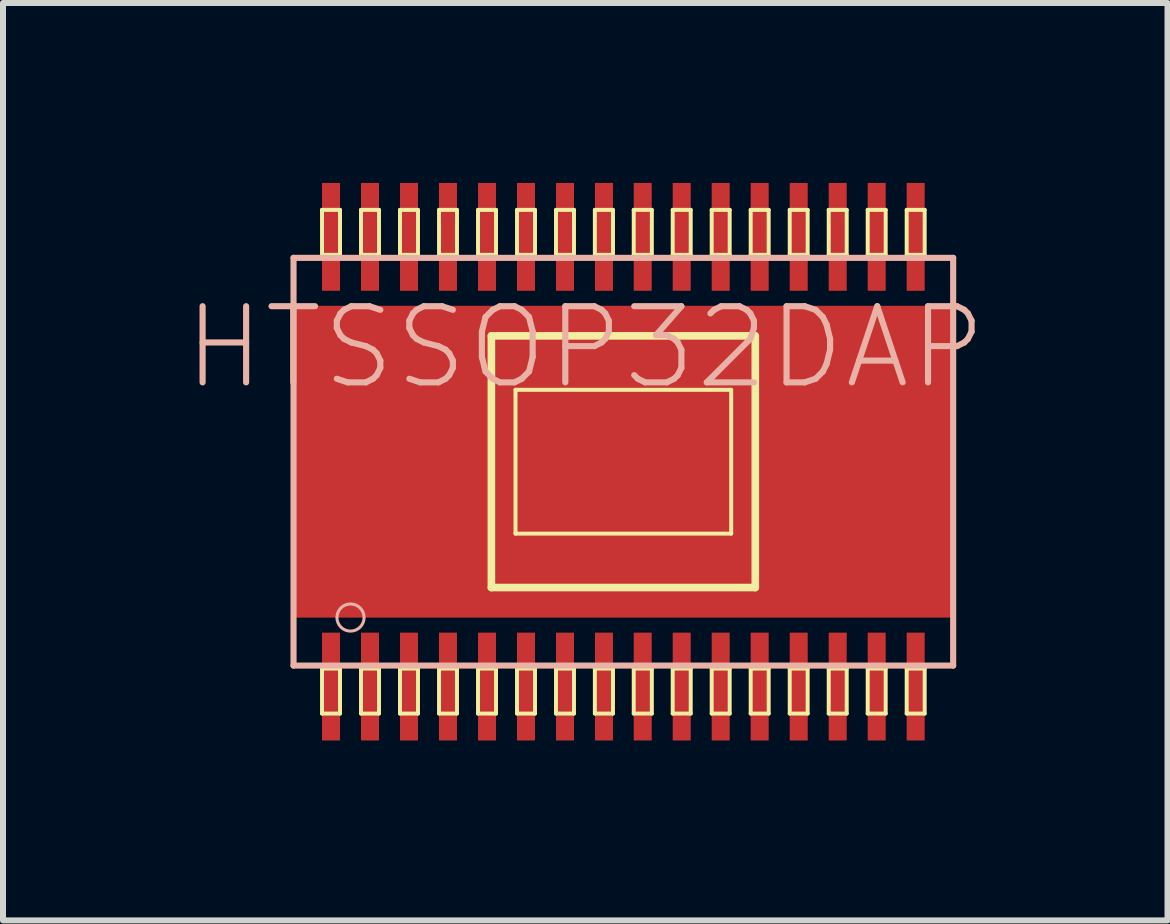
<source format=kicad_pcb>
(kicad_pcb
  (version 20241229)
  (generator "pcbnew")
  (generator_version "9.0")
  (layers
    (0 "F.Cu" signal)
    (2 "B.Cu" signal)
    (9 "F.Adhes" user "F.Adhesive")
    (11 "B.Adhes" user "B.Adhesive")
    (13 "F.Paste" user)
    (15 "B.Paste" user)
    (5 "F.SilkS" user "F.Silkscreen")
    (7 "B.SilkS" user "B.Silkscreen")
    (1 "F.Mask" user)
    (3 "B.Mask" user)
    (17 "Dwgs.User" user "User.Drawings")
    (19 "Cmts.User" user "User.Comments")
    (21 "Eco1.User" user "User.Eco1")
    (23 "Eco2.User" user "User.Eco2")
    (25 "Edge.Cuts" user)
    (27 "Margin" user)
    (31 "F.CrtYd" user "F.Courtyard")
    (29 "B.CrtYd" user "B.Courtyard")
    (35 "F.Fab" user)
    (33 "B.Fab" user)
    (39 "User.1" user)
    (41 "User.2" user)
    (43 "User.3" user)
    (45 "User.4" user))
  (footprint "HTSSOP32DAP"
    (layer "F.Cu")
    (at 7.343 4.648)
    (property "Reference" "HTSSOP32DAP" (at -0.635 -1.905 0) (layer "B.SilkS") (effects (font (size 1.27 1.27) (thickness 0.102))))
    (attr smd)
    (fp_line (start -5.024 -4.199) (end -4.724 -4.199) (stroke (width 0.066) (type solid)) (layer "F.SilkS"))
    (fp_line (start -5.024 -3.449) (end -5.024 -4.199) (stroke (width 0.066) (type solid)) (layer "F.SilkS"))
    (fp_line (start -5.024 -3.449) (end -4.724 -3.449) (stroke (width 0.066) (type solid)) (layer "F.SilkS"))
    (fp_line (start -5.024 3.449) (end -4.724 3.449) (stroke (width 0.066) (type solid)) (layer "F.SilkS"))
    (fp_line (start -5.024 4.199) (end -5.024 3.449) (stroke (width 0.066) (type solid)) (layer "F.SilkS"))
    (fp_line (start -5.024 4.199) (end -4.724 4.199) (stroke (width 0.066) (type solid)) (layer "F.SilkS"))
    (fp_line (start -4.724 -3.449) (end -4.724 -4.199) (stroke (width 0.066) (type solid)) (layer "F.SilkS"))
    (fp_line (start -4.724 4.199) (end -4.724 3.449) (stroke (width 0.066) (type solid)) (layer "F.SilkS"))
    (fp_line (start -4.374 -4.199) (end -4.074 -4.199) (stroke (width 0.066) (type solid)) (layer "F.SilkS"))
    (fp_line (start -4.374 -3.449) (end -4.374 -4.199) (stroke (width 0.066) (type solid)) (layer "F.SilkS"))
    (fp_line (start -4.374 -3.449) (end -4.074 -3.449) (stroke (width 0.066) (type solid)) (layer "F.SilkS"))
    (fp_line (start -4.374 3.449) (end -4.074 3.449) (stroke (width 0.066) (type solid)) (layer "F.SilkS"))
    (fp_line (start -4.374 4.199) (end -4.374 3.449) (stroke (width 0.066) (type solid)) (layer "F.SilkS"))
    (fp_line (start -4.374 4.199) (end -4.074 4.199) (stroke (width 0.066) (type solid)) (layer "F.SilkS"))
    (fp_line (start -4.074 -3.449) (end -4.074 -4.199) (stroke (width 0.066) (type solid)) (layer "F.SilkS"))
    (fp_line (start -4.074 4.199) (end -4.074 3.449) (stroke (width 0.066) (type solid)) (layer "F.SilkS"))
    (fp_line (start -3.724 -4.199) (end -3.424 -4.199) (stroke (width 0.066) (type solid)) (layer "F.SilkS"))
    (fp_line (start -3.724 -3.449) (end -3.724 -4.199) (stroke (width 0.066) (type solid)) (layer "F.SilkS"))
    (fp_line (start -3.724 -3.449) (end -3.424 -3.449) (stroke (width 0.066) (type solid)) (layer "F.SilkS"))
    (fp_line (start -3.724 3.449) (end -3.424 3.449) (stroke (width 0.066) (type solid)) (layer "F.SilkS"))
    (fp_line (start -3.724 4.199) (end -3.724 3.449) (stroke (width 0.066) (type solid)) (layer "F.SilkS"))
    (fp_line (start -3.724 4.199) (end -3.424 4.199) (stroke (width 0.066) (type solid)) (layer "F.SilkS"))
    (fp_line (start -3.424 -3.449) (end -3.424 -4.199) (stroke (width 0.066) (type solid)) (layer "F.SilkS"))
    (fp_line (start -3.424 4.199) (end -3.424 3.449) (stroke (width 0.066) (type solid)) (layer "F.SilkS"))
    (fp_line (start -3.073 -4.199) (end -2.774 -4.199) (stroke (width 0.066) (type solid)) (layer "F.SilkS"))
    (fp_line (start -3.073 -3.449) (end -3.073 -4.199) (stroke (width 0.066) (type solid)) (layer "F.SilkS"))
    (fp_line (start -3.073 -3.449) (end -2.774 -3.449) (stroke (width 0.066) (type solid)) (layer "F.SilkS"))
    (fp_line (start -3.073 3.449) (end -2.774 3.449) (stroke (width 0.066) (type solid)) (layer "F.SilkS"))
    (fp_line (start -3.073 4.199) (end -3.073 3.449) (stroke (width 0.066) (type solid)) (layer "F.SilkS"))
    (fp_line (start -3.073 4.199) (end -2.774 4.199) (stroke (width 0.066) (type solid)) (layer "F.SilkS"))
    (fp_line (start -2.774 -3.449) (end -2.774 -4.199) (stroke (width 0.066) (type solid)) (layer "F.SilkS"))
    (fp_line (start -2.774 4.199) (end -2.774 3.449) (stroke (width 0.066) (type solid)) (layer "F.SilkS"))
    (fp_line (start -2.423 -4.199) (end -2.123 -4.199) (stroke (width 0.066) (type solid)) (layer "F.SilkS"))
    (fp_line (start -2.423 -3.449) (end -2.423 -4.199) (stroke (width 0.066) (type solid)) (layer "F.SilkS"))
    (fp_line (start -2.423 -3.449) (end -2.123 -3.449) (stroke (width 0.066) (type solid)) (layer "F.SilkS"))
    (fp_line (start -2.423 3.449) (end -2.123 3.449) (stroke (width 0.066) (type solid)) (layer "F.SilkS"))
    (fp_line (start -2.423 4.199) (end -2.423 3.449) (stroke (width 0.066) (type solid)) (layer "F.SilkS"))
    (fp_line (start -2.423 4.199) (end -2.123 4.199) (stroke (width 0.066) (type solid)) (layer "F.SilkS"))
    (fp_line (start -2.2 -2.098) (end 2.2 -2.098) (stroke (width 0.127) (type solid)) (layer "F.SilkS"))
    (fp_line (start -2.2 2.098) (end -2.2 -2.098) (stroke (width 0.127) (type solid)) (layer "F.SilkS"))
    (fp_line (start -2.123 -3.449) (end -2.123 -4.199) (stroke (width 0.066) (type solid)) (layer "F.SilkS"))
    (fp_line (start -2.123 4.199) (end -2.123 3.449) (stroke (width 0.066) (type solid)) (layer "F.SilkS"))
    (fp_line (start -1.798 -1.199) (end 1.798 -1.199) (stroke (width 0.066) (type solid)) (layer "F.SilkS"))
    (fp_line (start -1.798 1.199) (end -1.798 -1.199) (stroke (width 0.066) (type solid)) (layer "F.SilkS"))
    (fp_line (start -1.798 1.199) (end 1.798 1.199) (stroke (width 0.066) (type solid)) (layer "F.SilkS"))
    (fp_line (start -1.773 -4.199) (end -1.473 -4.199) (stroke (width 0.066) (type solid)) (layer "F.SilkS"))
    (fp_line (start -1.773 -3.449) (end -1.773 -4.199) (stroke (width 0.066) (type solid)) (layer "F.SilkS"))
    (fp_line (start -1.773 -3.449) (end -1.473 -3.449) (stroke (width 0.066) (type solid)) (layer "F.SilkS"))
    (fp_line (start -1.773 3.449) (end -1.473 3.449) (stroke (width 0.066) (type solid)) (layer "F.SilkS"))
    (fp_line (start -1.773 4.199) (end -1.773 3.449) (stroke (width 0.066) (type solid)) (layer "F.SilkS"))
    (fp_line (start -1.773 4.199) (end -1.473 4.199) (stroke (width 0.066) (type solid)) (layer "F.SilkS"))
    (fp_line (start -1.473 -3.449) (end -1.473 -4.199) (stroke (width 0.066) (type solid)) (layer "F.SilkS"))
    (fp_line (start -1.473 4.199) (end -1.473 3.449) (stroke (width 0.066) (type solid)) (layer "F.SilkS"))
    (fp_line (start -1.123 -4.199) (end -0.823 -4.199) (stroke (width 0.066) (type solid)) (layer "F.SilkS"))
    (fp_line (start -1.123 -3.449) (end -1.123 -4.199) (stroke (width 0.066) (type solid)) (layer "F.SilkS"))
    (fp_line (start -1.123 -3.449) (end -0.823 -3.449) (stroke (width 0.066) (type solid)) (layer "F.SilkS"))
    (fp_line (start -1.123 3.449) (end -0.823 3.449) (stroke (width 0.066) (type solid)) (layer "F.SilkS"))
    (fp_line (start -1.123 4.199) (end -1.123 3.449) (stroke (width 0.066) (type solid)) (layer "F.SilkS"))
    (fp_line (start -1.123 4.199) (end -0.823 4.199) (stroke (width 0.066) (type solid)) (layer "F.SilkS"))
    (fp_line (start -0.823 -3.449) (end -0.823 -4.199) (stroke (width 0.066) (type solid)) (layer "F.SilkS"))
    (fp_line (start -0.823 4.199) (end -0.823 3.449) (stroke (width 0.066) (type solid)) (layer "F.SilkS"))
    (fp_line (start -0.475 -4.199) (end -0.173 -4.199) (stroke (width 0.066) (type solid)) (layer "F.SilkS"))
    (fp_line (start -0.475 -3.449) (end -0.475 -4.199) (stroke (width 0.066) (type solid)) (layer "F.SilkS"))
    (fp_line (start -0.475 -3.449) (end -0.173 -3.449) (stroke (width 0.066) (type solid)) (layer "F.SilkS"))
    (fp_line (start -0.475 3.449) (end -0.173 3.449) (stroke (width 0.066) (type solid)) (layer "F.SilkS"))
    (fp_line (start -0.475 4.199) (end -0.475 3.449) (stroke (width 0.066) (type solid)) (layer "F.SilkS"))
    (fp_line (start -0.475 4.199) (end -0.173 4.199) (stroke (width 0.066) (type solid)) (layer "F.SilkS"))
    (fp_line (start -0.173 -3.449) (end -0.173 -4.199) (stroke (width 0.066) (type solid)) (layer "F.SilkS"))
    (fp_line (start -0.173 4.199) (end -0.173 3.449) (stroke (width 0.066) (type solid)) (layer "F.SilkS"))
    (fp_line (start 0.173 -4.199) (end 0.475 -4.199) (stroke (width 0.066) (type solid)) (layer "F.SilkS"))
    (fp_line (start 0.173 -3.449) (end 0.173 -4.199) (stroke (width 0.066) (type solid)) (layer "F.SilkS"))
    (fp_line (start 0.173 -3.449) (end 0.475 -3.449) (stroke (width 0.066) (type solid)) (layer "F.SilkS"))
    (fp_line (start 0.173 3.449) (end 0.475 3.449) (stroke (width 0.066) (type solid)) (layer "F.SilkS"))
    (fp_line (start 0.173 4.199) (end 0.173 3.449) (stroke (width 0.066) (type solid)) (layer "F.SilkS"))
    (fp_line (start 0.173 4.199) (end 0.475 4.199) (stroke (width 0.066) (type solid)) (layer "F.SilkS"))
    (fp_line (start 0.475 -3.449) (end 0.475 -4.199) (stroke (width 0.066) (type solid)) (layer "F.SilkS"))
    (fp_line (start 0.475 4.199) (end 0.475 3.449) (stroke (width 0.066) (type solid)) (layer "F.SilkS"))
    (fp_line (start 0.823 -4.199) (end 1.123 -4.199) (stroke (width 0.066) (type solid)) (layer "F.SilkS"))
    (fp_line (start 0.823 -3.449) (end 0.823 -4.199) (stroke (width 0.066) (type solid)) (layer "F.SilkS"))
    (fp_line (start 0.823 -3.449) (end 1.123 -3.449) (stroke (width 0.066) (type solid)) (layer "F.SilkS"))
    (fp_line (start 0.823 3.449) (end 1.123 3.449) (stroke (width 0.066) (type solid)) (layer "F.SilkS"))
    (fp_line (start 0.823 4.199) (end 0.823 3.449) (stroke (width 0.066) (type solid)) (layer "F.SilkS"))
    (fp_line (start 0.823 4.199) (end 1.123 4.199) (stroke (width 0.066) (type solid)) (layer "F.SilkS"))
    (fp_line (start 1.123 -3.449) (end 1.123 -4.199) (stroke (width 0.066) (type solid)) (layer "F.SilkS"))
    (fp_line (start 1.123 4.199) (end 1.123 3.449) (stroke (width 0.066) (type solid)) (layer "F.SilkS"))
    (fp_line (start 1.473 -4.199) (end 1.773 -4.199) (stroke (width 0.066) (type solid)) (layer "F.SilkS"))
    (fp_line (start 1.473 -3.449) (end 1.473 -4.199) (stroke (width 0.066) (type solid)) (layer "F.SilkS"))
    (fp_line (start 1.473 -3.449) (end 1.773 -3.449) (stroke (width 0.066) (type solid)) (layer "F.SilkS"))
    (fp_line (start 1.473 3.449) (end 1.773 3.449) (stroke (width 0.066) (type solid)) (layer "F.SilkS"))
    (fp_line (start 1.473 4.199) (end 1.473 3.449) (stroke (width 0.066) (type solid)) (layer "F.SilkS"))
    (fp_line (start 1.473 4.199) (end 1.773 4.199) (stroke (width 0.066) (type solid)) (layer "F.SilkS"))
    (fp_line (start 1.773 -3.449) (end 1.773 -4.199) (stroke (width 0.066) (type solid)) (layer "F.SilkS"))
    (fp_line (start 1.773 4.199) (end 1.773 3.449) (stroke (width 0.066) (type solid)) (layer "F.SilkS"))
    (fp_line (start 1.798 1.199) (end 1.798 -1.199) (stroke (width 0.066) (type solid)) (layer "F.SilkS"))
    (fp_line (start 2.123 -4.199) (end 2.423 -4.199) (stroke (width 0.066) (type solid)) (layer "F.SilkS"))
    (fp_line (start 2.123 -3.449) (end 2.123 -4.199) (stroke (width 0.066) (type solid)) (layer "F.SilkS"))
    (fp_line (start 2.123 -3.449) (end 2.423 -3.449) (stroke (width 0.066) (type solid)) (layer "F.SilkS"))
    (fp_line (start 2.123 3.449) (end 2.423 3.449) (stroke (width 0.066) (type solid)) (layer "F.SilkS"))
    (fp_line (start 2.123 4.199) (end 2.123 3.449) (stroke (width 0.066) (type solid)) (layer "F.SilkS"))
    (fp_line (start 2.123 4.199) (end 2.423 4.199) (stroke (width 0.066) (type solid)) (layer "F.SilkS"))
    (fp_line (start 2.2 -2.098) (end 2.2 2.098) (stroke (width 0.127) (type solid)) (layer "F.SilkS"))
    (fp_line (start 2.2 2.098) (end -2.2 2.098) (stroke (width 0.127) (type solid)) (layer "F.SilkS"))
    (fp_line (start 2.423 -3.449) (end 2.423 -4.199) (stroke (width 0.066) (type solid)) (layer "F.SilkS"))
    (fp_line (start 2.423 4.199) (end 2.423 3.449) (stroke (width 0.066) (type solid)) (layer "F.SilkS"))
    (fp_line (start 2.774 -4.199) (end 3.073 -4.199) (stroke (width 0.066) (type solid)) (layer "F.SilkS"))
    (fp_line (start 2.774 -3.449) (end 2.774 -4.199) (stroke (width 0.066) (type solid)) (layer "F.SilkS"))
    (fp_line (start 2.774 -3.449) (end 3.073 -3.449) (stroke (width 0.066) (type solid)) (layer "F.SilkS"))
    (fp_line (start 2.774 3.449) (end 3.073 3.449) (stroke (width 0.066) (type solid)) (layer "F.SilkS"))
    (fp_line (start 2.774 4.199) (end 2.774 3.449) (stroke (width 0.066) (type solid)) (layer "F.SilkS"))
    (fp_line (start 2.774 4.199) (end 3.073 4.199) (stroke (width 0.066) (type solid)) (layer "F.SilkS"))
    (fp_line (start 3.073 -3.449) (end 3.073 -4.199) (stroke (width 0.066) (type solid)) (layer "F.SilkS"))
    (fp_line (start 3.073 4.199) (end 3.073 3.449) (stroke (width 0.066) (type solid)) (layer "F.SilkS"))
    (fp_line (start 3.424 -4.199) (end 3.724 -4.199) (stroke (width 0.066) (type solid)) (layer "F.SilkS"))
    (fp_line (start 3.424 -3.449) (end 3.424 -4.199) (stroke (width 0.066) (type solid)) (layer "F.SilkS"))
    (fp_line (start 3.424 -3.449) (end 3.724 -3.449) (stroke (width 0.066) (type solid)) (layer "F.SilkS"))
    (fp_line (start 3.424 3.449) (end 3.724 3.449) (stroke (width 0.066) (type solid)) (layer "F.SilkS"))
    (fp_line (start 3.424 4.199) (end 3.424 3.449) (stroke (width 0.066) (type solid)) (layer "F.SilkS"))
    (fp_line (start 3.424 4.199) (end 3.724 4.199) (stroke (width 0.066) (type solid)) (layer "F.SilkS"))
    (fp_line (start 3.724 -3.449) (end 3.724 -4.199) (stroke (width 0.066) (type solid)) (layer "F.SilkS"))
    (fp_line (start 3.724 4.199) (end 3.724 3.449) (stroke (width 0.066) (type solid)) (layer "F.SilkS"))
    (fp_line (start 4.074 -4.199) (end 4.374 -4.199) (stroke (width 0.066) (type solid)) (layer "F.SilkS"))
    (fp_line (start 4.074 -3.449) (end 4.074 -4.199) (stroke (width 0.066) (type solid)) (layer "F.SilkS"))
    (fp_line (start 4.074 -3.449) (end 4.374 -3.449) (stroke (width 0.066) (type solid)) (layer "F.SilkS"))
    (fp_line (start 4.074 3.449) (end 4.374 3.449) (stroke (width 0.066) (type solid)) (layer "F.SilkS"))
    (fp_line (start 4.074 4.199) (end 4.074 3.449) (stroke (width 0.066) (type solid)) (layer "F.SilkS"))
    (fp_line (start 4.074 4.199) (end 4.374 4.199) (stroke (width 0.066) (type solid)) (layer "F.SilkS"))
    (fp_line (start 4.374 -3.449) (end 4.374 -4.199) (stroke (width 0.066) (type solid)) (layer "F.SilkS"))
    (fp_line (start 4.374 4.199) (end 4.374 3.449) (stroke (width 0.066) (type solid)) (layer "F.SilkS"))
    (fp_line (start 4.724 -4.199) (end 5.024 -4.199) (stroke (width 0.066) (type solid)) (layer "F.SilkS"))
    (fp_line (start 4.724 -3.449) (end 4.724 -4.199) (stroke (width 0.066) (type solid)) (layer "F.SilkS"))
    (fp_line (start 4.724 -3.449) (end 5.024 -3.449) (stroke (width 0.066) (type solid)) (layer "F.SilkS"))
    (fp_line (start 4.724 3.449) (end 5.024 3.449) (stroke (width 0.066) (type solid)) (layer "F.SilkS"))
    (fp_line (start 4.724 4.199) (end 4.724 3.449) (stroke (width 0.066) (type solid)) (layer "F.SilkS"))
    (fp_line (start 4.724 4.199) (end 5.024 4.199) (stroke (width 0.066) (type solid)) (layer "F.SilkS"))
    (fp_line (start 5.024 -3.449) (end 5.024 -4.199) (stroke (width 0.066) (type solid)) (layer "F.SilkS"))
    (fp_line (start 5.024 4.199) (end 5.024 3.449) (stroke (width 0.066) (type solid)) (layer "F.SilkS"))
    (fp_line (start -5.499 -3.399) (end 5.499 -3.399) (stroke (width 0.102) (type solid)) (layer "B.SilkS"))
    (fp_line (start -5.499 3.399) (end -5.499 -3.399) (stroke (width 0.102) (type solid)) (layer "B.SilkS"))
    (fp_line (start 5.499 -3.399) (end 5.499 3.399) (stroke (width 0.102) (type solid)) (layer "B.SilkS"))
    (fp_line (start 5.499 3.399) (end -5.499 3.399) (stroke (width 0.102) (type solid)) (layer "B.SilkS"))
    (fp_circle (center -4.549 2.598) (end -4.709 2.758) (stroke (width 0.051) (type solid)) (fill no) (layer "B.SilkS"))
    (pad "1" smd rect (at -4.874 3.749) (size 0.3 1.798) (layers "F.Cu" "F.Mask" "F.Paste"))
    (pad "2" smd rect (at -4.224 3.749) (size 0.3 1.798) (layers "F.Cu" "F.Mask" "F.Paste"))
    (pad "3" smd rect (at -3.574 3.749) (size 0.3 1.798) (layers "F.Cu" "F.Mask" "F.Paste"))
    (pad "4" smd rect (at -2.924 3.749) (size 0.3 1.798) (layers "F.Cu" "F.Mask" "F.Paste"))
    (pad "5" smd rect (at -2.273 3.749) (size 0.3 1.798) (layers "F.Cu" "F.Mask" "F.Paste"))
    (pad "6" smd rect (at -1.623 3.749) (size 0.3 1.798) (layers "F.Cu" "F.Mask" "F.Paste"))
    (pad "7" smd rect (at -0.973 3.749) (size 0.3 1.798) (layers "F.Cu" "F.Mask" "F.Paste"))
    (pad "8" smd rect (at -0.323 3.749) (size 0.3 1.798) (layers "F.Cu" "F.Mask" "F.Paste"))
    (pad "9" smd rect (at 0.323 3.749) (size 0.3 1.798) (layers "F.Cu" "F.Mask" "F.Paste"))
    (pad "10" smd rect (at 0.973 3.749) (size 0.3 1.798) (layers "F.Cu" "F.Mask" "F.Paste"))
    (pad "11" smd rect (at 1.623 3.749) (size 0.3 1.798) (layers "F.Cu" "F.Mask" "F.Paste"))
    (pad "12" smd rect (at 2.273 3.749) (size 0.3 1.798) (layers "F.Cu" "F.Mask" "F.Paste"))
    (pad "13" smd rect (at 2.924 3.749) (size 0.3 1.798) (layers "F.Cu" "F.Mask" "F.Paste"))
    (pad "14" smd rect (at 3.574 3.749) (size 0.3 1.798) (layers "F.Cu" "F.Mask" "F.Paste"))
    (pad "15" smd rect (at 4.224 3.749) (size 0.3 1.798) (layers "F.Cu" "F.Mask" "F.Paste"))
    (pad "16" smd rect (at 4.874 3.749) (size 0.3 1.798) (layers "F.Cu" "F.Mask" "F.Paste"))
    (pad "17" smd rect (at 4.874 -3.749 180) (size 0.3 1.798) (layers "F.Cu" "F.Mask" "F.Paste"))
    (pad "18" smd rect (at 4.224 -3.749 180) (size 0.3 1.798) (layers "F.Cu" "F.Mask" "F.Paste"))
    (pad "19" smd rect (at 3.574 -3.749 180) (size 0.3 1.798) (layers "F.Cu" "F.Mask" "F.Paste"))
    (pad "20" smd rect (at 2.924 -3.749 180) (size 0.3 1.798) (layers "F.Cu" "F.Mask" "F.Paste"))
    (pad "21" smd rect (at 2.273 -3.749 180) (size 0.3 1.798) (layers "F.Cu" "F.Mask" "F.Paste"))
    (pad "22" smd rect (at 1.623 -3.749 180) (size 0.3 1.798) (layers "F.Cu" "F.Mask" "F.Paste"))
    (pad "23" smd rect (at 0.973 -3.749 180) (size 0.3 1.798) (layers "F.Cu" "F.Mask" "F.Paste"))
    (pad "24" smd rect (at 0.323 -3.749 180) (size 0.3 1.798) (layers "F.Cu" "F.Mask" "F.Paste"))
    (pad "25" smd rect (at -0.323 -3.749 180) (size 0.3 1.798) (layers "F.Cu" "F.Mask" "F.Paste"))
    (pad "26" smd rect (at -0.973 -3.749 180) (size 0.3 1.798) (layers "F.Cu" "F.Mask" "F.Paste"))
    (pad "27" smd rect (at -1.623 -3.749 180) (size 0.3 1.798) (layers "F.Cu" "F.Mask" "F.Paste"))
    (pad "28" smd rect (at -2.273 -3.749 180) (size 0.3 1.798) (layers "F.Cu" "F.Mask" "F.Paste"))
    (pad "29" smd rect (at -2.924 -3.749 180) (size 0.3 1.798) (layers "F.Cu" "F.Mask" "F.Paste"))
    (pad "30" smd rect (at -3.574 -3.749 180) (size 0.3 1.798) (layers "F.Cu" "F.Mask" "F.Paste"))
    (pad "31" smd rect (at -4.224 -3.749 180) (size 0.3 1.798) (layers "F.Cu" "F.Mask" "F.Paste"))
    (pad "32" smd rect (at -4.874 -3.749 180) (size 0.3 1.798) (layers "F.Cu" "F.Mask" "F.Paste"))
    (pad "EXP" smd rect (at 0 0) (size 10.998 5.199) (layers "F.Cu" "F.Mask" "F.Paste")))
  (gr_rect
    (start -3 -3)
    (end 16.416 12.296)
    (stroke (width 0.1) (type default))
    (fill no)
    (layer "Edge.Cuts")))
</source>
